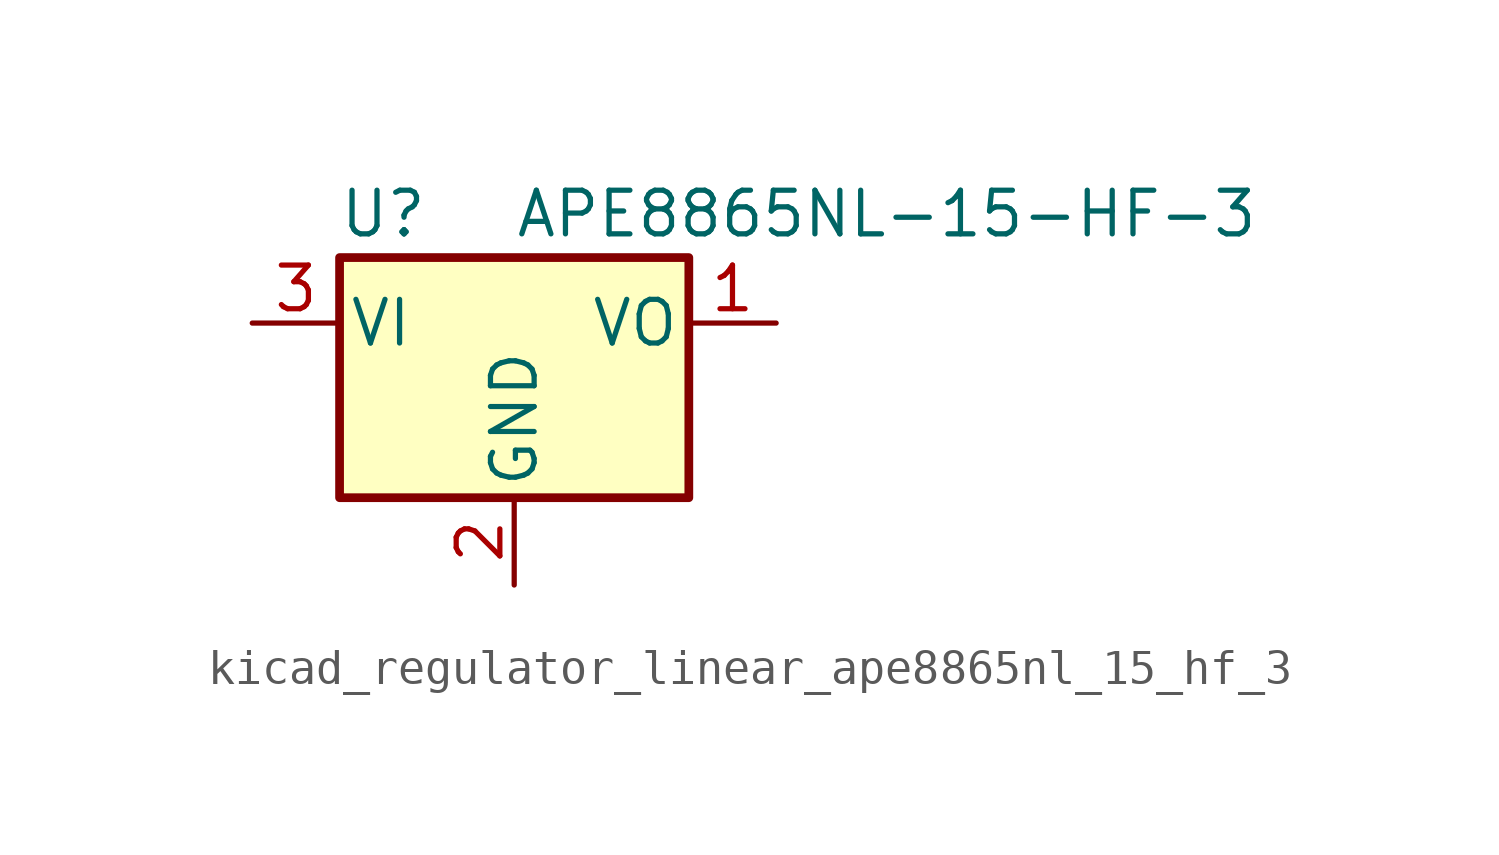
<source format=kicad_sym>
(kicad_symbol_lib
  (version 20220914)
  (generator kicad_symbol_editor)
  (symbol "kicad_regulator_linear_ape8865nl_15_hf_3"
    (pin_names
      (offset 0.254))
    (property "Reference" "U"
      (at -3.81 3.175 0)
      (effects (font (size 1.27 1.27))))
    (property "Value" "APE8865NL-15-HF-3"
      (at 0 3.175 0)
      (effects (font (size 1.27 1.27)) (justify left)))
    (symbol "kicad_regulator_linear_ape8865nl_15_hf_3_0_1"
      (rectangle (start -5.08 1.905) (end 5.08 -5.08) (stroke (width 0.254) (type default)) (fill (type background))))
    (symbol "kicad_regulator_linear_ape8865nl_15_hf_3_1_1"
      (pin power_out line (at 7.62 0 180) (length 2.54) (name "VO" (effects (font (size 1.27 1.27)))) (number "1" (effects (font (size 1.27 1.27)))))
      (pin power_in line (at 0 -7.62 90) (length 2.54) (name "GND" (effects (font (size 1.27 1.27)))) (number "2" (effects (font (size 1.27 1.27)))))
      (pin power_in line (at -7.62 0 0) (length 2.54) (name "VI" (effects (font (size 1.27 1.27)))) (number "3" (effects (font (size 1.27 1.27))))))))
</source>
